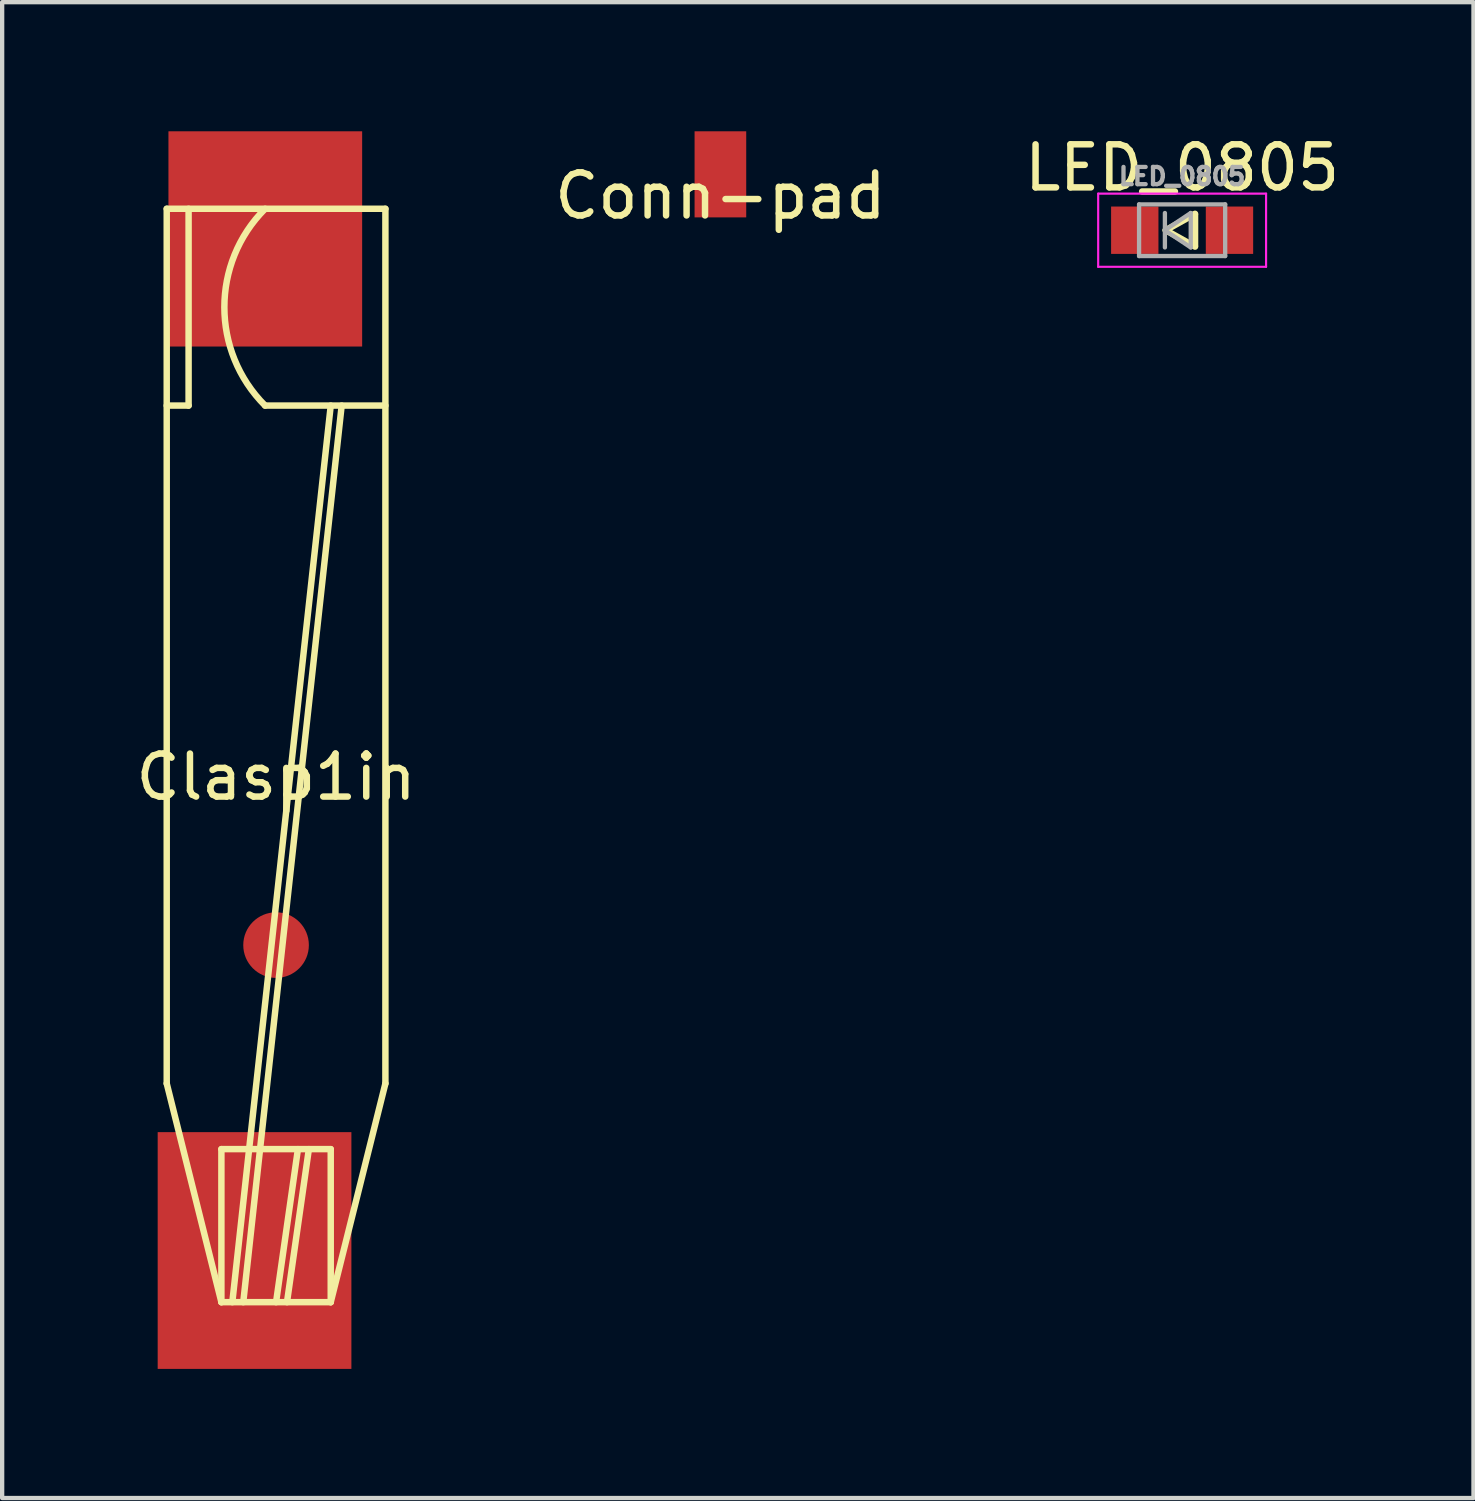
<source format=kicad_pcb>
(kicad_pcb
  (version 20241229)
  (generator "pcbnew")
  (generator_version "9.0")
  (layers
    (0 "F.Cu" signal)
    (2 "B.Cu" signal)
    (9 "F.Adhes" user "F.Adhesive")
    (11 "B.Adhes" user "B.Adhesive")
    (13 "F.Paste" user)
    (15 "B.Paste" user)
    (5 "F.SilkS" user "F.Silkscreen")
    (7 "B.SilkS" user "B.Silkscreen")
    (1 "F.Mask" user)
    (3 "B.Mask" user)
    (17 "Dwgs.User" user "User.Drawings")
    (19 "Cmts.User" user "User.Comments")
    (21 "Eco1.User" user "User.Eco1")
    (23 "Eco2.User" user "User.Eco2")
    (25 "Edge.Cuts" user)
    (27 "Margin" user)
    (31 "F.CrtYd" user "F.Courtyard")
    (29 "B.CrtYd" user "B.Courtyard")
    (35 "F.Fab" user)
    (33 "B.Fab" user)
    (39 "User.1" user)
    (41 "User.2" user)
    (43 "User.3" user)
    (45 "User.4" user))
  (footprint "Clasp1in"
    (layer "F.Cu")
    (at 3.363 14.5)
    (property "Reference" "Clasp1in" (at 0 0.5 0) (layer "F.SilkS") (effects (font (size 1 1) (thickness 0.15))))
    (attr through_hole)
    (fp_line (start -2.54 -12.7) (end -2.54 7.62) (stroke (width 0.15) (type solid)) (layer "F.SilkS"))
    (fp_line (start -2.54 -12.7) (end 2.54 -12.7) (stroke (width 0.15) (type solid)) (layer "F.SilkS"))
    (fp_line (start -2.54 7.62) (end -1.27 12.7) (stroke (width 0.15) (type solid)) (layer "F.SilkS"))
    (fp_line (start -2.032 -12.7) (end -2.032 -8.128) (stroke (width 0.15) (type solid)) (layer "F.SilkS"))
    (fp_line (start -2.032 -8.128) (end -2.54 -8.128) (stroke (width 0.15) (type solid)) (layer "F.SilkS"))
    (fp_line (start -1.27 9.144) (end -1.27 12.7) (stroke (width 0.15) (type solid)) (layer "F.SilkS"))
    (fp_line (start -1.27 9.144) (end 1.27 9.144) (stroke (width 0.15) (type solid)) (layer "F.SilkS"))
    (fp_line (start -1.27 12.7) (end 1.27 12.7) (stroke (width 0.15) (type solid)) (layer "F.SilkS"))
    (fp_line (start -0.254 -8.128) (end 2.54 -8.128) (stroke (width 0.15) (type solid)) (layer "F.SilkS"))
    (fp_line (start 0.508 9.144) (end 0 12.7) (stroke (width 0.15) (type solid)) (layer "F.SilkS"))
    (fp_line (start 0.762 9.144) (end 0.254 12.7) (stroke (width 0.15) (type solid)) (layer "F.SilkS"))
    (fp_line (start 1.27 -8.128) (end -1.016 12.7) (stroke (width 0.15) (type solid)) (layer "F.SilkS"))
    (fp_line (start 1.27 9.144) (end 1.27 12.7) (stroke (width 0.15) (type solid)) (layer "F.SilkS"))
    (fp_line (start 1.27 12.7) (end 2.54 7.62) (stroke (width 0.15) (type solid)) (layer "F.SilkS"))
    (fp_line (start 1.524 -8.128) (end -0.762 12.7) (stroke (width 0.15) (type solid)) (layer "F.SilkS"))
    (fp_line (start 2.54 -12.7) (end 2.54 7.62) (stroke (width 0.15) (type solid)) (layer "F.SilkS"))
    (fp_arc (start -0.254 -8.128) (mid -1.200892 -10.414) (end -0.254 -12.7) (stroke (width 0.15) (type solid)) (layer "F.SilkS"))
    (pad "2" smd circle (at 0 4.405) (size 1.524 1.524) (layers "F.Cu" "F.Mask" "F.Paste"))
    (pad "3" smd rect (at -0.25 -12 180) (size 4.5 5) (layers "F.Cu" "F.Mask" "F.Paste"))
    (pad "4" smd rect (at -0.5 11.5 90) (size 5.5 4.5) (layers "F.Cu" "F.Mask" "F.Paste")))
  (footprint "Conn-pad"
    (layer "F.Cu")
    (at 13.685 1)
    (property "Reference" "Conn-pad" (at 0 0.5 0) (layer "F.SilkS") (effects (font (size 1 1) (thickness 0.15))))
    (attr through_hole)
    (pad "1" smd rect (at 0 0) (size 1.2 2) (layers "F.Cu" "F.Mask" "F.Paste")))
  (footprint "LED_0805"
    (layer "F.Cu")
    (at 24.411 2.298)
    (property "Reference" "LED_0805" (at 0 -1.45 0) (layer "F.SilkS") (effects (font (size 1 1) (thickness 0.15))))
    (attr smd)
    (fp_line (start -0.381 0) (end 0.3 -0.381) (stroke (width 0.15) (type solid)) (layer "F.SilkS"))
    (fp_line (start 0.3 -0.36) (end 0.3 0.36) (stroke (width 0.15) (type solid)) (layer "F.SilkS"))
    (fp_line (start 0.3 0.381) (end -0.381 0) (stroke (width 0.15) (type solid)) (layer "F.SilkS"))
    (fp_line (start -1.95 -0.85) (end 1.95 -0.85) (stroke (width 0.05) (type solid)) (layer "F.CrtYd"))
    (fp_line (start -1.95 0.85) (end -1.95 -0.85) (stroke (width 0.05) (type solid)) (layer "F.CrtYd"))
    (fp_line (start 1.95 -0.85) (end 1.95 0.85) (stroke (width 0.05) (type solid)) (layer "F.CrtYd"))
    (fp_line (start 1.95 0.85) (end -1.95 0.85) (stroke (width 0.05) (type solid)) (layer "F.CrtYd"))
    (fp_line (start -1 -0.6) (end 1 -0.6) (stroke (width 0.1) (type solid)) (layer "F.Fab"))
    (fp_line (start -1 0.6) (end -1 -0.6) (stroke (width 0.1) (type solid)) (layer "F.Fab"))
    (fp_line (start -0.4 -0.4) (end -0.4 0.4) (stroke (width 0.1) (type solid)) (layer "F.Fab"))
    (fp_line (start -0.4 0) (end 0.2 -0.4) (stroke (width 0.1) (type solid)) (layer "F.Fab"))
    (fp_line (start 0.2 -0.4) (end 0.2 0.4) (stroke (width 0.1) (type solid)) (layer "F.Fab"))
    (fp_line (start 0.2 0.4) (end -0.4 0) (stroke (width 0.1) (type solid)) (layer "F.Fab"))
    (fp_line (start 1 -0.6) (end 1 0.6) (stroke (width 0.1) (type solid)) (layer "F.Fab"))
    (fp_line (start 1 0.6) (end -1 0.6) (stroke (width 0.1) (type solid)) (layer "F.Fab"))
    (fp_text user "${REFERENCE}" (at 0 -1.25 0) (layer "F.Fab") (effects (font (size 0.4 0.4) (thickness 0.1))))
    (pad "1" smd rect (at -1.1 0 180) (size 1.1 1.1) (layers "F.Cu" "F.Mask" "F.Paste"))
    (pad "2" smd rect (at 1.1 0 180) (size 1.1 1.1) (layers "F.Cu" "F.Mask" "F.Paste")))
  (gr_rect
    (start -3 -3)
    (end 31.179 31.75)
    (stroke (width 0.1) (type default))
    (fill no)
    (layer "Edge.Cuts")))
</source>
